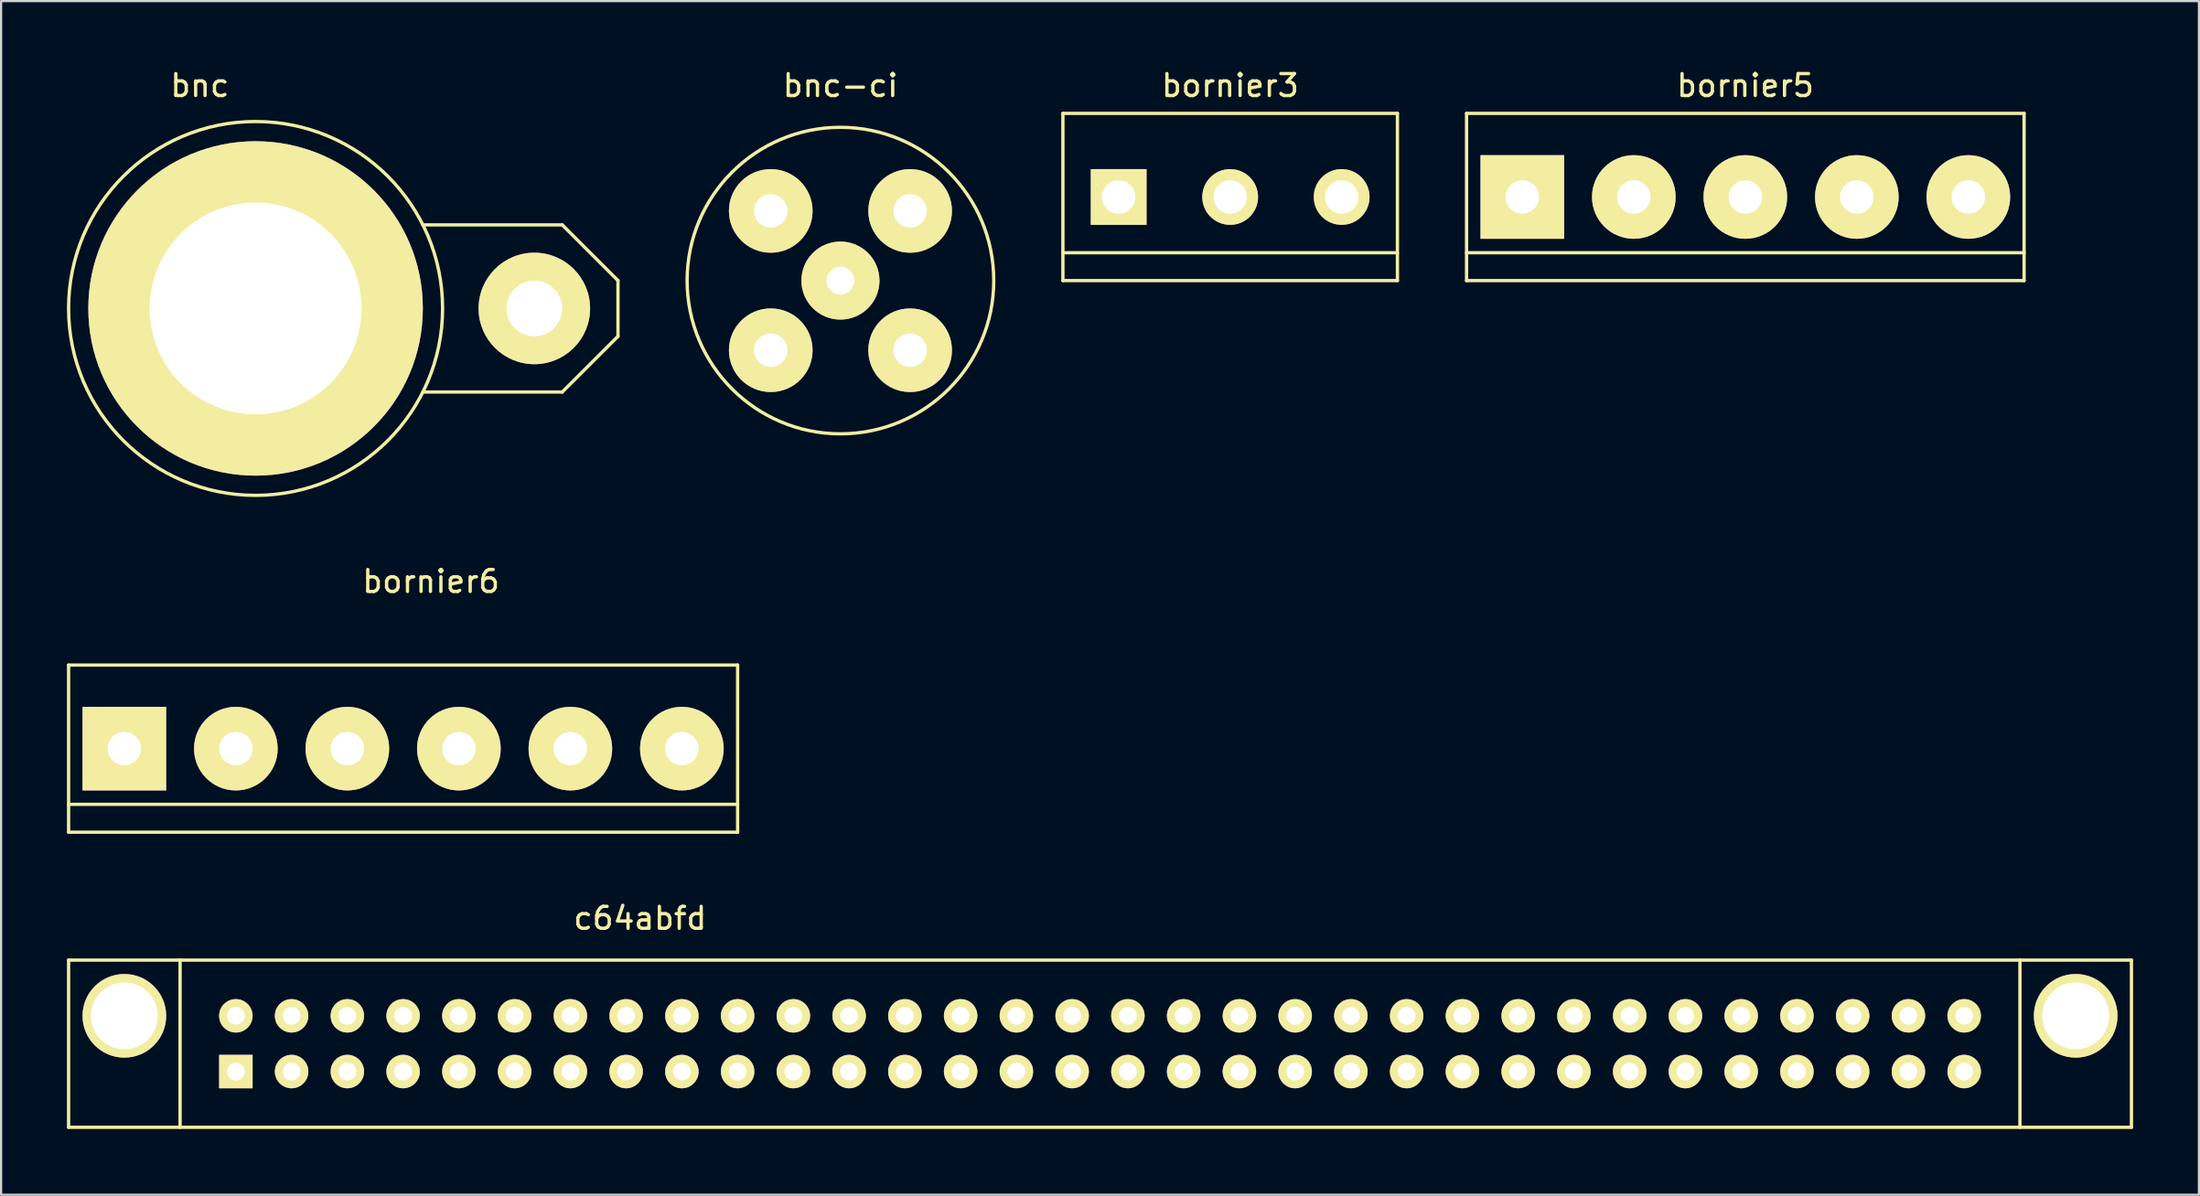
<source format=kicad_pcb>
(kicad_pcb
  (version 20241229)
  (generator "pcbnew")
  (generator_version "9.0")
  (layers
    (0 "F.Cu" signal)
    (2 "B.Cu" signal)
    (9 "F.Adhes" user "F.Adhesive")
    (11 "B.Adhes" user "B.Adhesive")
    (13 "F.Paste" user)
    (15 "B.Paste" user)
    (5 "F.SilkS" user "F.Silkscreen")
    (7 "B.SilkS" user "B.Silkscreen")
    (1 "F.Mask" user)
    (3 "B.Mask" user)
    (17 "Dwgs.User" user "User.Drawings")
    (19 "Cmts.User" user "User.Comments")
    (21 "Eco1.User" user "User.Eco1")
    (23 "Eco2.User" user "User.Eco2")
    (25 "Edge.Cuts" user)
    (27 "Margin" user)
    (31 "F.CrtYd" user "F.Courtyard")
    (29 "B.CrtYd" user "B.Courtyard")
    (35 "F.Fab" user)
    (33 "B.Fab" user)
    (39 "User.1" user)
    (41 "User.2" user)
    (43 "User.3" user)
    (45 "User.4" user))
  (footprint "bornier5"
    (layer "F.Cu")
    (at 76.464 5.928)
    (property "Reference" "bornier5" (at 0 -5.08 0) (layer "F.SilkS") (effects (font (size 1 1) (thickness 0.15))))
    (attr through_hole)
    (fp_line (start -12.7 -3.81) (end -12.7 3.81) (stroke (width 0.15) (type solid)) (layer "F.SilkS"))
    (fp_line (start -12.7 -3.81) (end 12.7 -3.81) (stroke (width 0.15) (type solid)) (layer "F.SilkS"))
    (fp_line (start -12.7 2.54) (end 12.7 2.54) (stroke (width 0.15) (type solid)) (layer "F.SilkS"))
    (fp_line (start -12.7 3.81) (end 12.7 3.81) (stroke (width 0.15) (type solid)) (layer "F.SilkS"))
    (fp_line (start 12.7 -3.81) (end 12.7 3.81) (stroke (width 0.15) (type solid)) (layer "F.SilkS"))
    (pad "1" thru_hole rect (at -10.16 0) (size 3.81 3.81) (drill 1.524) (layers "*.Cu" "*.Mask" "F.SilkS"))
    (pad "2" thru_hole circle (at -5.08 0) (size 3.81 3.81) (drill 1.524) (layers "*.Cu" "*.Mask" "F.SilkS"))
    (pad "3" thru_hole circle (at 0 0) (size 3.81 3.81) (drill 1.524) (layers "*.Cu" "*.Mask" "F.SilkS"))
    (pad "4" thru_hole circle (at 5.08 0) (size 3.81 3.81) (drill 1.524) (layers "*.Cu" "*.Mask" "F.SilkS"))
    (pad "5" thru_hole circle (at 10.16 0) (size 3.81 3.81) (drill 1.524) (layers "*.Cu" "*.Mask" "F.SilkS")))
  (footprint "bnc"
    (layer "F.Cu")
    (at 8.594 11.008)
    (property "Reference" "bnc" (at -2.54 -10.16 0) (layer "F.SilkS") (effects (font (size 1 1) (thickness 0.15))))
    (attr through_hole)
    (fp_line (start 7.62 3.81) (end 13.97 3.81) (stroke (width 0.15) (type solid)) (layer "F.SilkS"))
    (fp_line (start 13.97 -3.81) (end 7.62 -3.81) (stroke (width 0.15) (type solid)) (layer "F.SilkS"))
    (fp_line (start 13.97 3.81) (end 16.51 1.27) (stroke (width 0.15) (type solid)) (layer "F.SilkS"))
    (fp_line (start 16.51 -1.27) (end 13.97 -3.81) (stroke (width 0.15) (type solid)) (layer "F.SilkS"))
    (fp_line (start 16.51 1.27) (end 16.51 -1.27) (stroke (width 0.15) (type solid)) (layer "F.SilkS"))
    (fp_circle (center 0 0) (end 7.62 3.81) (stroke (width 0.15) (type solid)) (fill no) (layer "F.SilkS"))
    (pad "1" thru_hole circle (at 12.7 0) (size 5.08 5.08) (drill 2.54) (layers "*.Cu" "*.Mask" "F.SilkS"))
    (pad "2" thru_hole circle (at 0 0) (size 15.24 15.24) (drill 9.652) (layers "*.Cu" "*.Mask" "F.SilkS")))
  (footprint "bornier6"
    (layer "F.Cu")
    (at 15.315 31.071)
    (property "Reference" "bornier6" (at 1.27 -7.62 0) (layer "F.SilkS") (effects (font (size 1 1) (thickness 0.15))))
    (attr through_hole)
    (fp_line (start -15.24 -3.81) (end -15.24 3.81) (stroke (width 0.15) (type solid)) (layer "F.SilkS"))
    (fp_line (start -15.24 -3.81) (end 15.24 -3.81) (stroke (width 0.15) (type solid)) (layer "F.SilkS"))
    (fp_line (start -15.24 2.54) (end 15.24 2.54) (stroke (width 0.15) (type solid)) (layer "F.SilkS"))
    (fp_line (start -15.24 3.81) (end 15.24 3.81) (stroke (width 0.15) (type solid)) (layer "F.SilkS"))
    (fp_line (start 15.24 3.81) (end 15.24 -3.81) (stroke (width 0.15) (type solid)) (layer "F.SilkS"))
    (pad "1" thru_hole rect (at -12.7 0) (size 3.81 3.81) (drill 1.524) (layers "*.Cu" "*.Mask" "F.SilkS"))
    (pad "2" thru_hole circle (at -7.62 0) (size 3.81 3.81) (drill 1.524) (layers "*.Cu" "*.Mask" "F.SilkS"))
    (pad "3" thru_hole circle (at -2.54 0) (size 3.81 3.81) (drill 1.524) (layers "*.Cu" "*.Mask" "F.SilkS"))
    (pad "4" thru_hole circle (at 2.54 0) (size 3.81 3.81) (drill 1.524) (layers "*.Cu" "*.Mask" "F.SilkS"))
    (pad "5" thru_hole circle (at 7.62 0) (size 3.81 3.81) (drill 1.524) (layers "*.Cu" "*.Mask" "F.SilkS"))
    (pad "6" thru_hole circle (at 12.7 0) (size 3.81 3.81) (drill 1.524) (layers "*.Cu" "*.Mask" "F.SilkS")))
  (footprint "bornier3"
    (layer "F.Cu")
    (at 52.994 5.928)
    (property "Reference" "bornier3" (at 0 -5.08 0) (layer "F.SilkS") (effects (font (size 1 1) (thickness 0.15))))
    (attr through_hole)
    (fp_line (start -7.62 -3.81) (end 7.62 -3.81) (stroke (width 0.15) (type solid)) (layer "F.SilkS"))
    (fp_line (start -7.62 2.54) (end 7.62 2.54) (stroke (width 0.15) (type solid)) (layer "F.SilkS"))
    (fp_line (start -7.62 3.81) (end -7.62 -3.81) (stroke (width 0.15) (type solid)) (layer "F.SilkS"))
    (fp_line (start -7.62 3.81) (end 7.62 3.81) (stroke (width 0.15) (type solid)) (layer "F.SilkS"))
    (fp_line (start 7.62 3.81) (end 7.62 -3.81) (stroke (width 0.15) (type solid)) (layer "F.SilkS"))
    (pad "1" thru_hole rect (at -5.08 0) (size 2.54 2.54) (drill 1.524) (layers "*.Cu" "*.Mask" "F.SilkS"))
    (pad "2" thru_hole circle (at 0 0) (size 2.54 2.54) (drill 1.524) (layers "*.Cu" "*.Mask" "F.SilkS"))
    (pad "3" thru_hole circle (at 5.08 0) (size 2.54 2.54) (drill 1.524) (layers "*.Cu" "*.Mask" "F.SilkS")))
  (footprint "c64abfd"
    (layer "F.Cu")
    (at 47.065 44.519)
    (property "Reference" "c64abfd" (at -20.955 -5.715 0) (layer "F.SilkS") (effects (font (size 1 1) (thickness 0.15))))
    (attr through_hole)
    (fp_line (start -46.99 -3.81) (end 46.99 -3.81) (stroke (width 0.15) (type solid)) (layer "F.SilkS"))
    (fp_line (start -46.99 3.81) (end -46.99 -3.81) (stroke (width 0.15) (type solid)) (layer "F.SilkS"))
    (fp_line (start -41.91 3.81) (end -41.91 -3.81) (stroke (width 0.15) (type solid)) (layer "F.SilkS"))
    (fp_line (start 41.91 3.81) (end 41.91 -3.81) (stroke (width 0.15) (type solid)) (layer "F.SilkS"))
    (fp_line (start 46.99 -3.81) (end 46.99 3.81) (stroke (width 0.15) (type solid)) (layer "F.SilkS"))
    (fp_line (start 46.99 3.81) (end -46.99 3.81) (stroke (width 0.15) (type solid)) (layer "F.SilkS"))
    (pad "65" thru_hole circle (at -44.45 -1.27) (size 3.81 3.81) (drill 3.048) (layers "*.Cu" "*.Mask" "F.SilkS"))
    (pad "66" thru_hole circle (at 44.45 -1.27) (size 3.81 3.81) (drill 3.048) (layers "*.Cu" "*.Mask" "F.SilkS"))
    (pad "A1" thru_hole rect (at -39.37 1.27) (size 1.524 1.524) (drill 0.813) (layers "*.Cu" "*.Mask" "F.SilkS"))
    (pad "A2" thru_hole circle (at -36.83 1.27) (size 1.524 1.524) (drill 0.813) (layers "*.Cu" "*.Mask" "F.SilkS"))
    (pad "A3" thru_hole circle (at -34.29 1.27) (size 1.524 1.524) (drill 0.813) (layers "*.Cu" "*.Mask" "F.SilkS"))
    (pad "A4" thru_hole circle (at -31.75 1.27) (size 1.524 1.524) (drill 0.813) (layers "*.Cu" "*.Mask" "F.SilkS"))
    (pad "A5" thru_hole circle (at -29.21 1.27) (size 1.524 1.524) (drill 0.813) (layers "*.Cu" "*.Mask" "F.SilkS"))
    (pad "A6" thru_hole circle (at -26.67 1.27) (size 1.524 1.524) (drill 0.813) (layers "*.Cu" "*.Mask" "F.SilkS"))
    (pad "A7" thru_hole circle (at -24.13 1.27) (size 1.524 1.524) (drill 0.813) (layers "*.Cu" "*.Mask" "F.SilkS"))
    (pad "A8" thru_hole circle (at -21.59 1.27) (size 1.524 1.524) (drill 0.813) (layers "*.Cu" "*.Mask" "F.SilkS"))
    (pad "A9" thru_hole circle (at -19.05 1.27) (size 1.524 1.524) (drill 0.813) (layers "*.Cu" "*.Mask" "F.SilkS"))
    (pad "A10" thru_hole circle (at -16.51 1.27) (size 1.524 1.524) (drill 0.813) (layers "*.Cu" "*.Mask" "F.SilkS"))
    (pad "A11" thru_hole circle (at -13.97 1.27) (size 1.524 1.524) (drill 0.813) (layers "*.Cu" "*.Mask" "F.SilkS"))
    (pad "A12" thru_hole circle (at -11.43 1.27) (size 1.524 1.524) (drill 0.813) (layers "*.Cu" "*.Mask" "F.SilkS"))
    (pad "A13" thru_hole circle (at -8.89 1.27) (size 1.524 1.524) (drill 0.813) (layers "*.Cu" "*.Mask" "F.SilkS"))
    (pad "A14" thru_hole circle (at -6.35 1.27) (size 1.524 1.524) (drill 0.813) (layers "*.Cu" "*.Mask" "F.SilkS"))
    (pad "A15" thru_hole circle (at -3.81 1.27) (size 1.524 1.524) (drill 0.813) (layers "*.Cu" "*.Mask" "F.SilkS"))
    (pad "A16" thru_hole circle (at -1.27 1.27) (size 1.524 1.524) (drill 0.813) (layers "*.Cu" "*.Mask" "F.SilkS"))
    (pad "A17" thru_hole circle (at 1.27 1.27) (size 1.524 1.524) (drill 0.813) (layers "*.Cu" "*.Mask" "F.SilkS"))
    (pad "A18" thru_hole circle (at 3.81 1.27) (size 1.524 1.524) (drill 0.813) (layers "*.Cu" "*.Mask" "F.SilkS"))
    (pad "A19" thru_hole circle (at 6.35 1.27) (size 1.524 1.524) (drill 0.813) (layers "*.Cu" "*.Mask" "F.SilkS"))
    (pad "A20" thru_hole circle (at 8.89 1.27) (size 1.524 1.524) (drill 0.813) (layers "*.Cu" "*.Mask" "F.SilkS"))
    (pad "A21" thru_hole circle (at 11.43 1.27) (size 1.524 1.524) (drill 0.813) (layers "*.Cu" "*.Mask" "F.SilkS"))
    (pad "A22" thru_hole circle (at 13.97 1.27) (size 1.524 1.524) (drill 0.813) (layers "*.Cu" "*.Mask" "F.SilkS"))
    (pad "A23" thru_hole circle (at 16.51 1.27) (size 1.524 1.524) (drill 0.813) (layers "*.Cu" "*.Mask" "F.SilkS"))
    (pad "A24" thru_hole circle (at 19.05 1.27) (size 1.524 1.524) (drill 0.813) (layers "*.Cu" "*.Mask" "F.SilkS"))
    (pad "A25" thru_hole circle (at 21.59 1.27) (size 1.524 1.524) (drill 0.813) (layers "*.Cu" "*.Mask" "F.SilkS"))
    (pad "A26" thru_hole circle (at 24.13 1.27) (size 1.524 1.524) (drill 0.813) (layers "*.Cu" "*.Mask" "F.SilkS"))
    (pad "A27" thru_hole circle (at 26.67 1.27) (size 1.524 1.524) (drill 0.813) (layers "*.Cu" "*.Mask" "F.SilkS"))
    (pad "A28" thru_hole circle (at 29.21 1.27) (size 1.524 1.524) (drill 0.813) (layers "*.Cu" "*.Mask" "F.SilkS"))
    (pad "A29" thru_hole circle (at 31.75 1.27) (size 1.524 1.524) (drill 0.813) (layers "*.Cu" "*.Mask" "F.SilkS"))
    (pad "A30" thru_hole circle (at 34.29 1.27) (size 1.524 1.524) (drill 0.813) (layers "*.Cu" "*.Mask" "F.SilkS"))
    (pad "A31" thru_hole circle (at 36.83 1.27) (size 1.524 1.524) (drill 0.813) (layers "*.Cu" "*.Mask" "F.SilkS"))
    (pad "A32" thru_hole circle (at 39.37 1.27) (size 1.524 1.524) (drill 0.813) (layers "*.Cu" "*.Mask" "F.SilkS"))
    (pad "B1" thru_hole circle (at -39.37 -1.27) (size 1.524 1.524) (drill 0.813) (layers "*.Cu" "*.Mask" "F.SilkS"))
    (pad "B2" thru_hole circle (at -36.83 -1.27) (size 1.524 1.524) (drill 0.813) (layers "*.Cu" "*.Mask" "F.SilkS"))
    (pad "B3" thru_hole circle (at -34.29 -1.27) (size 1.524 1.524) (drill 0.813) (layers "*.Cu" "*.Mask" "F.SilkS"))
    (pad "B4" thru_hole circle (at -31.75 -1.27) (size 1.524 1.524) (drill 0.813) (layers "*.Cu" "*.Mask" "F.SilkS"))
    (pad "B5" thru_hole circle (at -29.21 -1.27) (size 1.524 1.524) (drill 0.813) (layers "*.Cu" "*.Mask" "F.SilkS"))
    (pad "B6" thru_hole circle (at -26.67 -1.27) (size 1.524 1.524) (drill 0.813) (layers "*.Cu" "*.Mask" "F.SilkS"))
    (pad "B7" thru_hole circle (at -24.13 -1.27) (size 1.524 1.524) (drill 0.813) (layers "*.Cu" "*.Mask" "F.SilkS"))
    (pad "B8" thru_hole circle (at -21.59 -1.27) (size 1.524 1.524) (drill 0.813) (layers "*.Cu" "*.Mask" "F.SilkS"))
    (pad "B9" thru_hole circle (at -19.05 -1.27) (size 1.524 1.524) (drill 0.813) (layers "*.Cu" "*.Mask" "F.SilkS"))
    (pad "B10" thru_hole circle (at -16.51 -1.27) (size 1.524 1.524) (drill 0.813) (layers "*.Cu" "*.Mask" "F.SilkS"))
    (pad "B11" thru_hole circle (at -13.97 -1.27) (size 1.524 1.524) (drill 0.813) (layers "*.Cu" "*.Mask" "F.SilkS"))
    (pad "B12" thru_hole circle (at -11.43 -1.27) (size 1.524 1.524) (drill 0.813) (layers "*.Cu" "*.Mask" "F.SilkS"))
    (pad "B13" thru_hole circle (at -8.89 -1.27) (size 1.524 1.524) (drill 0.813) (layers "*.Cu" "*.Mask" "F.SilkS"))
    (pad "B14" thru_hole circle (at -6.35 -1.27) (size 1.524 1.524) (drill 0.813) (layers "*.Cu" "*.Mask" "F.SilkS"))
    (pad "B15" thru_hole circle (at -3.81 -1.27) (size 1.524 1.524) (drill 0.813) (layers "*.Cu" "*.Mask" "F.SilkS"))
    (pad "B16" thru_hole circle (at -1.27 -1.27) (size 1.524 1.524) (drill 0.813) (layers "*.Cu" "*.Mask" "F.SilkS"))
    (pad "B17" thru_hole circle (at 1.27 -1.27) (size 1.524 1.524) (drill 0.813) (layers "*.Cu" "*.Mask" "F.SilkS"))
    (pad "B18" thru_hole circle (at 3.81 -1.27) (size 1.524 1.524) (drill 0.813) (layers "*.Cu" "*.Mask" "F.SilkS"))
    (pad "B19" thru_hole circle (at 6.35 -1.27) (size 1.524 1.524) (drill 0.813) (layers "*.Cu" "*.Mask" "F.SilkS"))
    (pad "B20" thru_hole circle (at 8.89 -1.27) (size 1.524 1.524) (drill 0.813) (layers "*.Cu" "*.Mask" "F.SilkS"))
    (pad "B21" thru_hole circle (at 11.43 -1.27) (size 1.524 1.524) (drill 0.813) (layers "*.Cu" "*.Mask" "F.SilkS"))
    (pad "B22" thru_hole circle (at 13.97 -1.27) (size 1.524 1.524) (drill 0.813) (layers "*.Cu" "*.Mask" "F.SilkS"))
    (pad "B23" thru_hole circle (at 16.51 -1.27) (size 1.524 1.524) (drill 0.813) (layers "*.Cu" "*.Mask" "F.SilkS"))
    (pad "B24" thru_hole circle (at 19.05 -1.27) (size 1.524 1.524) (drill 0.813) (layers "*.Cu" "*.Mask" "F.SilkS"))
    (pad "B25" thru_hole circle (at 21.59 -1.27) (size 1.524 1.524) (drill 0.813) (layers "*.Cu" "*.Mask" "F.SilkS"))
    (pad "B26" thru_hole circle (at 24.13 -1.27) (size 1.524 1.524) (drill 0.813) (layers "*.Cu" "*.Mask" "F.SilkS"))
    (pad "B27" thru_hole circle (at 26.67 -1.27) (size 1.524 1.524) (drill 0.813) (layers "*.Cu" "*.Mask" "F.SilkS"))
    (pad "B28" thru_hole circle (at 29.21 -1.27) (size 1.524 1.524) (drill 0.813) (layers "*.Cu" "*.Mask" "F.SilkS"))
    (pad "B29" thru_hole circle (at 31.75 -1.27) (size 1.524 1.524) (drill 0.813) (layers "*.Cu" "*.Mask" "F.SilkS"))
    (pad "B30" thru_hole circle (at 34.29 -1.27) (size 1.524 1.524) (drill 0.813) (layers "*.Cu" "*.Mask" "F.SilkS"))
    (pad "B31" thru_hole circle (at 36.83 -1.27) (size 1.524 1.524) (drill 0.813) (layers "*.Cu" "*.Mask" "F.SilkS"))
    (pad "B32" thru_hole circle (at 39.37 -1.27) (size 1.524 1.524) (drill 0.813) (layers "*.Cu" "*.Mask" "F.SilkS")))
  (footprint "bnc-ci"
    (layer "F.Cu")
    (at 35.239 9.738)
    (property "Reference" "bnc-ci" (at 0 -8.89 0) (layer "F.SilkS") (effects (font (size 1 1) (thickness 0.15))))
    (attr through_hole)
    (fp_circle (center 0 0) (end -6.985 0) (stroke (width 0.15) (type solid)) (fill no) (layer "F.SilkS"))
    (pad "1" thru_hole circle (at 0 0) (size 3.556 3.556) (drill 1.27) (layers "*.Cu" "*.Mask" "F.SilkS"))
    (pad "2" thru_hole circle (at -3.175 -3.175) (size 3.81 3.81) (drill 1.524) (layers "*.Cu" "*.Mask" "F.SilkS"))
    (pad "2" thru_hole circle (at -3.175 3.175) (size 3.81 3.81) (drill 1.524) (layers "*.Cu" "*.Mask" "F.SilkS"))
    (pad "2" thru_hole circle (at 3.175 -3.175) (size 3.81 3.81) (drill 1.524) (layers "*.Cu" "*.Mask" "F.SilkS"))
    (pad "2" thru_hole circle (at 3.175 3.175) (size 3.81 3.81) (drill 1.524) (layers "*.Cu" "*.Mask" "F.SilkS")))
  (gr_rect
    (start -3 -3)
    (end 97.13 51.404)
    (stroke (width 0.1) (type default))
    (fill no)
    (layer "Edge.Cuts")))
</source>
